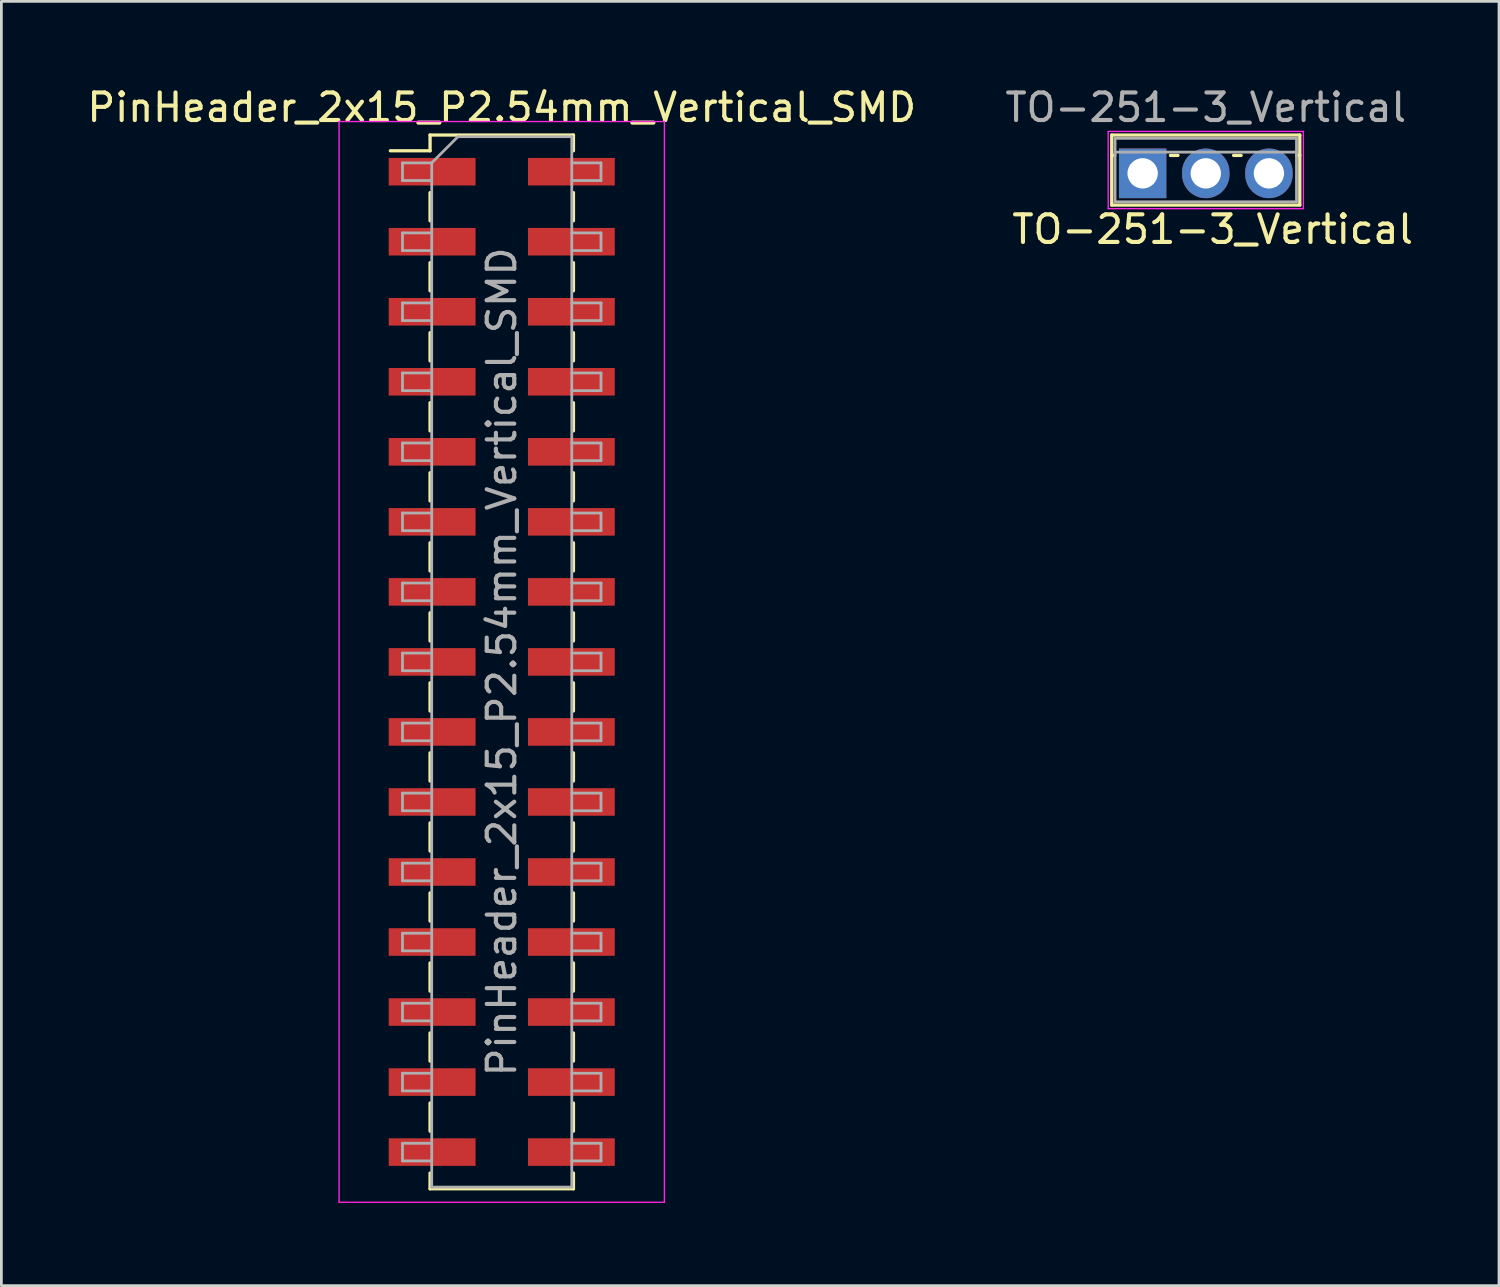
<source format=kicad_pcb>
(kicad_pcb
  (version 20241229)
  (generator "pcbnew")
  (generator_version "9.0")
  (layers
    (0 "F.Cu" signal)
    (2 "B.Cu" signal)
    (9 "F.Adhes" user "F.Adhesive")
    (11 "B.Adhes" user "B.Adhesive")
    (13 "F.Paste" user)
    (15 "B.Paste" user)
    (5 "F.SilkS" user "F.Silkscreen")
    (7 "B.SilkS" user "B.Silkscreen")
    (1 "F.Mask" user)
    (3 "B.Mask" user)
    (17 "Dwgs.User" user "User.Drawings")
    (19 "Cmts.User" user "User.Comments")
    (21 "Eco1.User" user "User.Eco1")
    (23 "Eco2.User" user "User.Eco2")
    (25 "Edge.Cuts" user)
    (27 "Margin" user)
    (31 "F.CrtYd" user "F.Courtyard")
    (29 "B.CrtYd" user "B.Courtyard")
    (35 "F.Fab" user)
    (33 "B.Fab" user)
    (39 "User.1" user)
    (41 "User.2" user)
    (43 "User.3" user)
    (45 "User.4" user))
  (footprint "TO-251-3_Vertical"
    (layer "F.Cu")
    (at 38.395 3.238)
    (property "Reference" "TO-251-3_Vertical" (at 2.54 2.032 180) (layer "F.SilkS") (effects (font (size 1 1) (thickness 0.15))))
    (attr through_hole)
    (fp_line (start -1.12 -1.39) (end -1.12 1.15) (stroke (width 0.12) (type solid)) (layer "F.SilkS"))
    (fp_line (start -1.12 -1.39) (end 5.7 -1.39) (stroke (width 0.12) (type solid)) (layer "F.SilkS"))
    (fp_line (start -1.12 -0.651) (end -1.009 -0.651) (stroke (width 0.12) (type solid)) (layer "F.SilkS"))
    (fp_line (start -1.12 1.15) (end 5.7 1.15) (stroke (width 0.12) (type solid)) (layer "F.SilkS"))
    (fp_line (start 1.009 -0.651) (end 1.282 -0.651) (stroke (width 0.12) (type solid)) (layer "F.SilkS"))
    (fp_line (start 3.299 -0.651) (end 3.572 -0.651) (stroke (width 0.12) (type solid)) (layer "F.SilkS"))
    (fp_line (start 5.589 -0.651) (end 5.7 -0.651) (stroke (width 0.12) (type solid)) (layer "F.SilkS"))
    (fp_line (start 5.7 -1.39) (end 5.7 1.15) (stroke (width 0.12) (type solid)) (layer "F.SilkS"))
    (fp_line (start -1.25 -1.52) (end -1.25 1.28) (stroke (width 0.05) (type solid)) (layer "F.CrtYd"))
    (fp_line (start -1.25 1.28) (end 5.83 1.28) (stroke (width 0.05) (type solid)) (layer "F.CrtYd"))
    (fp_line (start 5.83 -1.52) (end -1.25 -1.52) (stroke (width 0.05) (type solid)) (layer "F.CrtYd"))
    (fp_line (start 5.83 1.28) (end 5.83 -1.52) (stroke (width 0.05) (type solid)) (layer "F.CrtYd"))
    (fp_line (start -1 -1.27) (end -1 1.03) (stroke (width 0.1) (type solid)) (layer "F.Fab"))
    (fp_line (start -1 -0.77) (end 5.58 -0.77) (stroke (width 0.1) (type solid)) (layer "F.Fab"))
    (fp_line (start -1 1.03) (end 5.58 1.03) (stroke (width 0.1) (type solid)) (layer "F.Fab"))
    (fp_line (start 5.58 -1.27) (end -1 -1.27) (stroke (width 0.1) (type solid)) (layer "F.Fab"))
    (fp_line (start 5.58 1.03) (end 5.58 -1.27) (stroke (width 0.1) (type solid)) (layer "F.Fab"))
    (fp_text user "${REFERENCE}" (at 2.29 -2.39 180) (layer "F.Fab") (effects (font (size 1 1) (thickness 0.15))))
    (pad "1" thru_hole rect (at 0 0) (size 1.718 1.8) (drill 1.1) (layers "*.Cu" "*.Mask"))
    (pad "2" thru_hole oval (at 2.29 0) (size 1.718 1.8) (drill 1.1) (layers "*.Cu" "*.Mask"))
    (pad "3" thru_hole oval (at 4.58 0) (size 1.718 1.8) (drill 1.1) (layers "*.Cu" "*.Mask")))
  (footprint "PinHeader_2x15_P2.54mm_Vertical_SMD"
    (layer "F.Cu")
    (at 15.149 20.958)
    (property "Reference" "PinHeader_2x15_P2.54mm_Vertical_SMD" (at 0 -20.11 180) (layer "F.SilkS") (effects (font (size 1 1) (thickness 0.15))))
    (attr smd)
    (fp_line (start -4.04 -18.54) (end -2.6 -18.54) (stroke (width 0.12) (type solid)) (layer "F.SilkS"))
    (fp_line (start -2.6 -19.11) (end -2.6 -18.54) (stroke (width 0.12) (type solid)) (layer "F.SilkS"))
    (fp_line (start -2.6 -19.11) (end 2.6 -19.11) (stroke (width 0.12) (type solid)) (layer "F.SilkS"))
    (fp_line (start -2.6 -17.02) (end -2.6 -16) (stroke (width 0.12) (type solid)) (layer "F.SilkS"))
    (fp_line (start -2.6 -14.48) (end -2.6 -13.46) (stroke (width 0.12) (type solid)) (layer "F.SilkS"))
    (fp_line (start -2.6 -11.94) (end -2.6 -10.92) (stroke (width 0.12) (type solid)) (layer "F.SilkS"))
    (fp_line (start -2.6 -9.4) (end -2.6 -8.38) (stroke (width 0.12) (type solid)) (layer "F.SilkS"))
    (fp_line (start -2.6 -6.86) (end -2.6 -5.84) (stroke (width 0.12) (type solid)) (layer "F.SilkS"))
    (fp_line (start -2.6 -4.32) (end -2.6 -3.3) (stroke (width 0.12) (type solid)) (layer "F.SilkS"))
    (fp_line (start -2.6 -1.78) (end -2.6 -0.76) (stroke (width 0.12) (type solid)) (layer "F.SilkS"))
    (fp_line (start -2.6 0.76) (end -2.6 1.78) (stroke (width 0.12) (type solid)) (layer "F.SilkS"))
    (fp_line (start -2.6 3.3) (end -2.6 4.32) (stroke (width 0.12) (type solid)) (layer "F.SilkS"))
    (fp_line (start -2.6 5.84) (end -2.6 6.86) (stroke (width 0.12) (type solid)) (layer "F.SilkS"))
    (fp_line (start -2.6 8.38) (end -2.6 9.4) (stroke (width 0.12) (type solid)) (layer "F.SilkS"))
    (fp_line (start -2.6 10.92) (end -2.6 11.94) (stroke (width 0.12) (type solid)) (layer "F.SilkS"))
    (fp_line (start -2.6 13.46) (end -2.6 14.48) (stroke (width 0.12) (type solid)) (layer "F.SilkS"))
    (fp_line (start -2.6 16) (end -2.6 17.02) (stroke (width 0.12) (type solid)) (layer "F.SilkS"))
    (fp_line (start -2.6 18.54) (end -2.6 19.11) (stroke (width 0.12) (type solid)) (layer "F.SilkS"))
    (fp_line (start -2.6 19.11) (end 2.6 19.11) (stroke (width 0.12) (type solid)) (layer "F.SilkS"))
    (fp_line (start 2.6 -19.11) (end 2.6 -18.54) (stroke (width 0.12) (type solid)) (layer "F.SilkS"))
    (fp_line (start 2.6 -17.02) (end 2.6 -16) (stroke (width 0.12) (type solid)) (layer "F.SilkS"))
    (fp_line (start 2.6 -14.48) (end 2.6 -13.46) (stroke (width 0.12) (type solid)) (layer "F.SilkS"))
    (fp_line (start 2.6 -11.94) (end 2.6 -10.92) (stroke (width 0.12) (type solid)) (layer "F.SilkS"))
    (fp_line (start 2.6 -9.4) (end 2.6 -8.38) (stroke (width 0.12) (type solid)) (layer "F.SilkS"))
    (fp_line (start 2.6 -6.86) (end 2.6 -5.84) (stroke (width 0.12) (type solid)) (layer "F.SilkS"))
    (fp_line (start 2.6 -4.32) (end 2.6 -3.3) (stroke (width 0.12) (type solid)) (layer "F.SilkS"))
    (fp_line (start 2.6 -1.78) (end 2.6 -0.76) (stroke (width 0.12) (type solid)) (layer "F.SilkS"))
    (fp_line (start 2.6 0.76) (end 2.6 1.78) (stroke (width 0.12) (type solid)) (layer "F.SilkS"))
    (fp_line (start 2.6 3.3) (end 2.6 4.32) (stroke (width 0.12) (type solid)) (layer "F.SilkS"))
    (fp_line (start 2.6 5.84) (end 2.6 6.86) (stroke (width 0.12) (type solid)) (layer "F.SilkS"))
    (fp_line (start 2.6 8.38) (end 2.6 9.4) (stroke (width 0.12) (type solid)) (layer "F.SilkS"))
    (fp_line (start 2.6 10.92) (end 2.6 11.94) (stroke (width 0.12) (type solid)) (layer "F.SilkS"))
    (fp_line (start 2.6 13.46) (end 2.6 14.48) (stroke (width 0.12) (type solid)) (layer "F.SilkS"))
    (fp_line (start 2.6 16) (end 2.6 17.02) (stroke (width 0.12) (type solid)) (layer "F.SilkS"))
    (fp_line (start 2.6 18.54) (end 2.6 19.11) (stroke (width 0.12) (type solid)) (layer "F.SilkS"))
    (fp_line (start -5.9 -19.6) (end -5.9 19.6) (stroke (width 0.05) (type solid)) (layer "F.CrtYd"))
    (fp_line (start -5.9 19.6) (end 5.9 19.6) (stroke (width 0.05) (type solid)) (layer "F.CrtYd"))
    (fp_line (start 5.9 -19.6) (end -5.9 -19.6) (stroke (width 0.05) (type solid)) (layer "F.CrtYd"))
    (fp_line (start 5.9 19.6) (end 5.9 -19.6) (stroke (width 0.05) (type solid)) (layer "F.CrtYd"))
    (fp_line (start -3.6 -18.1) (end -3.6 -17.46) (stroke (width 0.1) (type solid)) (layer "F.Fab"))
    (fp_line (start -3.6 -17.46) (end -2.54 -17.46) (stroke (width 0.1) (type solid)) (layer "F.Fab"))
    (fp_line (start -3.6 -15.56) (end -3.6 -14.92) (stroke (width 0.1) (type solid)) (layer "F.Fab"))
    (fp_line (start -3.6 -14.92) (end -2.54 -14.92) (stroke (width 0.1) (type solid)) (layer "F.Fab"))
    (fp_line (start -3.6 -13.02) (end -3.6 -12.38) (stroke (width 0.1) (type solid)) (layer "F.Fab"))
    (fp_line (start -3.6 -12.38) (end -2.54 -12.38) (stroke (width 0.1) (type solid)) (layer "F.Fab"))
    (fp_line (start -3.6 -10.48) (end -3.6 -9.84) (stroke (width 0.1) (type solid)) (layer "F.Fab"))
    (fp_line (start -3.6 -9.84) (end -2.54 -9.84) (stroke (width 0.1) (type solid)) (layer "F.Fab"))
    (fp_line (start -3.6 -7.94) (end -3.6 -7.3) (stroke (width 0.1) (type solid)) (layer "F.Fab"))
    (fp_line (start -3.6 -7.3) (end -2.54 -7.3) (stroke (width 0.1) (type solid)) (layer "F.Fab"))
    (fp_line (start -3.6 -5.4) (end -3.6 -4.76) (stroke (width 0.1) (type solid)) (layer "F.Fab"))
    (fp_line (start -3.6 -4.76) (end -2.54 -4.76) (stroke (width 0.1) (type solid)) (layer "F.Fab"))
    (fp_line (start -3.6 -2.86) (end -3.6 -2.22) (stroke (width 0.1) (type solid)) (layer "F.Fab"))
    (fp_line (start -3.6 -2.22) (end -2.54 -2.22) (stroke (width 0.1) (type solid)) (layer "F.Fab"))
    (fp_line (start -3.6 -0.32) (end -3.6 0.32) (stroke (width 0.1) (type solid)) (layer "F.Fab"))
    (fp_line (start -3.6 0.32) (end -2.54 0.32) (stroke (width 0.1) (type solid)) (layer "F.Fab"))
    (fp_line (start -3.6 2.22) (end -3.6 2.86) (stroke (width 0.1) (type solid)) (layer "F.Fab"))
    (fp_line (start -3.6 2.86) (end -2.54 2.86) (stroke (width 0.1) (type solid)) (layer "F.Fab"))
    (fp_line (start -3.6 4.76) (end -3.6 5.4) (stroke (width 0.1) (type solid)) (layer "F.Fab"))
    (fp_line (start -3.6 5.4) (end -2.54 5.4) (stroke (width 0.1) (type solid)) (layer "F.Fab"))
    (fp_line (start -3.6 7.3) (end -3.6 7.94) (stroke (width 0.1) (type solid)) (layer "F.Fab"))
    (fp_line (start -3.6 7.94) (end -2.54 7.94) (stroke (width 0.1) (type solid)) (layer "F.Fab"))
    (fp_line (start -3.6 9.84) (end -3.6 10.48) (stroke (width 0.1) (type solid)) (layer "F.Fab"))
    (fp_line (start -3.6 10.48) (end -2.54 10.48) (stroke (width 0.1) (type solid)) (layer "F.Fab"))
    (fp_line (start -3.6 12.38) (end -3.6 13.02) (stroke (width 0.1) (type solid)) (layer "F.Fab"))
    (fp_line (start -3.6 13.02) (end -2.54 13.02) (stroke (width 0.1) (type solid)) (layer "F.Fab"))
    (fp_line (start -3.6 14.92) (end -3.6 15.56) (stroke (width 0.1) (type solid)) (layer "F.Fab"))
    (fp_line (start -3.6 15.56) (end -2.54 15.56) (stroke (width 0.1) (type solid)) (layer "F.Fab"))
    (fp_line (start -3.6 17.46) (end -3.6 18.1) (stroke (width 0.1) (type solid)) (layer "F.Fab"))
    (fp_line (start -3.6 18.1) (end -2.54 18.1) (stroke (width 0.1) (type solid)) (layer "F.Fab"))
    (fp_line (start -2.54 -18.1) (end -3.6 -18.1) (stroke (width 0.1) (type solid)) (layer "F.Fab"))
    (fp_line (start -2.54 -18.1) (end -1.59 -19.05) (stroke (width 0.1) (type solid)) (layer "F.Fab"))
    (fp_line (start -2.54 -15.56) (end -3.6 -15.56) (stroke (width 0.1) (type solid)) (layer "F.Fab"))
    (fp_line (start -2.54 -13.02) (end -3.6 -13.02) (stroke (width 0.1) (type solid)) (layer "F.Fab"))
    (fp_line (start -2.54 -10.48) (end -3.6 -10.48) (stroke (width 0.1) (type solid)) (layer "F.Fab"))
    (fp_line (start -2.54 -7.94) (end -3.6 -7.94) (stroke (width 0.1) (type solid)) (layer "F.Fab"))
    (fp_line (start -2.54 -5.4) (end -3.6 -5.4) (stroke (width 0.1) (type solid)) (layer "F.Fab"))
    (fp_line (start -2.54 -2.86) (end -3.6 -2.86) (stroke (width 0.1) (type solid)) (layer "F.Fab"))
    (fp_line (start -2.54 -0.32) (end -3.6 -0.32) (stroke (width 0.1) (type solid)) (layer "F.Fab"))
    (fp_line (start -2.54 2.22) (end -3.6 2.22) (stroke (width 0.1) (type solid)) (layer "F.Fab"))
    (fp_line (start -2.54 4.76) (end -3.6 4.76) (stroke (width 0.1) (type solid)) (layer "F.Fab"))
    (fp_line (start -2.54 7.3) (end -3.6 7.3) (stroke (width 0.1) (type solid)) (layer "F.Fab"))
    (fp_line (start -2.54 9.84) (end -3.6 9.84) (stroke (width 0.1) (type solid)) (layer "F.Fab"))
    (fp_line (start -2.54 12.38) (end -3.6 12.38) (stroke (width 0.1) (type solid)) (layer "F.Fab"))
    (fp_line (start -2.54 14.92) (end -3.6 14.92) (stroke (width 0.1) (type solid)) (layer "F.Fab"))
    (fp_line (start -2.54 17.46) (end -3.6 17.46) (stroke (width 0.1) (type solid)) (layer "F.Fab"))
    (fp_line (start -2.54 19.05) (end -2.54 -18.1) (stroke (width 0.1) (type solid)) (layer "F.Fab"))
    (fp_line (start -1.59 -19.05) (end 2.54 -19.05) (stroke (width 0.1) (type solid)) (layer "F.Fab"))
    (fp_line (start 2.54 -19.05) (end 2.54 19.05) (stroke (width 0.1) (type solid)) (layer "F.Fab"))
    (fp_line (start 2.54 -18.1) (end 3.6 -18.1) (stroke (width 0.1) (type solid)) (layer "F.Fab"))
    (fp_line (start 2.54 -15.56) (end 3.6 -15.56) (stroke (width 0.1) (type solid)) (layer "F.Fab"))
    (fp_line (start 2.54 -13.02) (end 3.6 -13.02) (stroke (width 0.1) (type solid)) (layer "F.Fab"))
    (fp_line (start 2.54 -10.48) (end 3.6 -10.48) (stroke (width 0.1) (type solid)) (layer "F.Fab"))
    (fp_line (start 2.54 -7.94) (end 3.6 -7.94) (stroke (width 0.1) (type solid)) (layer "F.Fab"))
    (fp_line (start 2.54 -5.4) (end 3.6 -5.4) (stroke (width 0.1) (type solid)) (layer "F.Fab"))
    (fp_line (start 2.54 -2.86) (end 3.6 -2.86) (stroke (width 0.1) (type solid)) (layer "F.Fab"))
    (fp_line (start 2.54 -0.32) (end 3.6 -0.32) (stroke (width 0.1) (type solid)) (layer "F.Fab"))
    (fp_line (start 2.54 2.22) (end 3.6 2.22) (stroke (width 0.1) (type solid)) (layer "F.Fab"))
    (fp_line (start 2.54 4.76) (end 3.6 4.76) (stroke (width 0.1) (type solid)) (layer "F.Fab"))
    (fp_line (start 2.54 7.3) (end 3.6 7.3) (stroke (width 0.1) (type solid)) (layer "F.Fab"))
    (fp_line (start 2.54 9.84) (end 3.6 9.84) (stroke (width 0.1) (type solid)) (layer "F.Fab"))
    (fp_line (start 2.54 12.38) (end 3.6 12.38) (stroke (width 0.1) (type solid)) (layer "F.Fab"))
    (fp_line (start 2.54 14.92) (end 3.6 14.92) (stroke (width 0.1) (type solid)) (layer "F.Fab"))
    (fp_line (start 2.54 17.46) (end 3.6 17.46) (stroke (width 0.1) (type solid)) (layer "F.Fab"))
    (fp_line (start 2.54 19.05) (end -2.54 19.05) (stroke (width 0.1) (type solid)) (layer "F.Fab"))
    (fp_line (start 3.6 -18.1) (end 3.6 -17.46) (stroke (width 0.1) (type solid)) (layer "F.Fab"))
    (fp_line (start 3.6 -17.46) (end 2.54 -17.46) (stroke (width 0.1) (type solid)) (layer "F.Fab"))
    (fp_line (start 3.6 -15.56) (end 3.6 -14.92) (stroke (width 0.1) (type solid)) (layer "F.Fab"))
    (fp_line (start 3.6 -14.92) (end 2.54 -14.92) (stroke (width 0.1) (type solid)) (layer "F.Fab"))
    (fp_line (start 3.6 -13.02) (end 3.6 -12.38) (stroke (width 0.1) (type solid)) (layer "F.Fab"))
    (fp_line (start 3.6 -12.38) (end 2.54 -12.38) (stroke (width 0.1) (type solid)) (layer "F.Fab"))
    (fp_line (start 3.6 -10.48) (end 3.6 -9.84) (stroke (width 0.1) (type solid)) (layer "F.Fab"))
    (fp_line (start 3.6 -9.84) (end 2.54 -9.84) (stroke (width 0.1) (type solid)) (layer "F.Fab"))
    (fp_line (start 3.6 -7.94) (end 3.6 -7.3) (stroke (width 0.1) (type solid)) (layer "F.Fab"))
    (fp_line (start 3.6 -7.3) (end 2.54 -7.3) (stroke (width 0.1) (type solid)) (layer "F.Fab"))
    (fp_line (start 3.6 -5.4) (end 3.6 -4.76) (stroke (width 0.1) (type solid)) (layer "F.Fab"))
    (fp_line (start 3.6 -4.76) (end 2.54 -4.76) (stroke (width 0.1) (type solid)) (layer "F.Fab"))
    (fp_line (start 3.6 -2.86) (end 3.6 -2.22) (stroke (width 0.1) (type solid)) (layer "F.Fab"))
    (fp_line (start 3.6 -2.22) (end 2.54 -2.22) (stroke (width 0.1) (type solid)) (layer "F.Fab"))
    (fp_line (start 3.6 -0.32) (end 3.6 0.32) (stroke (width 0.1) (type solid)) (layer "F.Fab"))
    (fp_line (start 3.6 0.32) (end 2.54 0.32) (stroke (width 0.1) (type solid)) (layer "F.Fab"))
    (fp_line (start 3.6 2.22) (end 3.6 2.86) (stroke (width 0.1) (type solid)) (layer "F.Fab"))
    (fp_line (start 3.6 2.86) (end 2.54 2.86) (stroke (width 0.1) (type solid)) (layer "F.Fab"))
    (fp_line (start 3.6 4.76) (end 3.6 5.4) (stroke (width 0.1) (type solid)) (layer "F.Fab"))
    (fp_line (start 3.6 5.4) (end 2.54 5.4) (stroke (width 0.1) (type solid)) (layer "F.Fab"))
    (fp_line (start 3.6 7.3) (end 3.6 7.94) (stroke (width 0.1) (type solid)) (layer "F.Fab"))
    (fp_line (start 3.6 7.94) (end 2.54 7.94) (stroke (width 0.1) (type solid)) (layer "F.Fab"))
    (fp_line (start 3.6 9.84) (end 3.6 10.48) (stroke (width 0.1) (type solid)) (layer "F.Fab"))
    (fp_line (start 3.6 10.48) (end 2.54 10.48) (stroke (width 0.1) (type solid)) (layer "F.Fab"))
    (fp_line (start 3.6 12.38) (end 3.6 13.02) (stroke (width 0.1) (type solid)) (layer "F.Fab"))
    (fp_line (start 3.6 13.02) (end 2.54 13.02) (stroke (width 0.1) (type solid)) (layer "F.Fab"))
    (fp_line (start 3.6 14.92) (end 3.6 15.56) (stroke (width 0.1) (type solid)) (layer "F.Fab"))
    (fp_line (start 3.6 15.56) (end 2.54 15.56) (stroke (width 0.1) (type solid)) (layer "F.Fab"))
    (fp_line (start 3.6 17.46) (end 3.6 18.1) (stroke (width 0.1) (type solid)) (layer "F.Fab"))
    (fp_line (start 3.6 18.1) (end 2.54 18.1) (stroke (width 0.1) (type solid)) (layer "F.Fab"))
    (fp_text user "${REFERENCE}" (at 0 0 90) (layer "F.Fab") (effects (font (size 1 1) (thickness 0.15))))
    (pad "1" smd rect (at -2.525 -17.78) (size 3.15 1) (layers "F.Cu" "F.Mask" "F.Paste"))
    (pad "2" smd rect (at 2.525 -17.78) (size 3.15 1) (layers "F.Cu" "F.Mask" "F.Paste"))
    (pad "3" smd rect (at -2.525 -15.24) (size 3.15 1) (layers "F.Cu" "F.Mask" "F.Paste"))
    (pad "4" smd rect (at 2.525 -15.24) (size 3.15 1) (layers "F.Cu" "F.Mask" "F.Paste"))
    (pad "5" smd rect (at -2.525 -12.7) (size 3.15 1) (layers "F.Cu" "F.Mask" "F.Paste"))
    (pad "6" smd rect (at 2.525 -12.7) (size 3.15 1) (layers "F.Cu" "F.Mask" "F.Paste"))
    (pad "7" smd rect (at -2.525 -10.16) (size 3.15 1) (layers "F.Cu" "F.Mask" "F.Paste"))
    (pad "8" smd rect (at 2.525 -10.16) (size 3.15 1) (layers "F.Cu" "F.Mask" "F.Paste"))
    (pad "9" smd rect (at -2.525 -7.62) (size 3.15 1) (layers "F.Cu" "F.Mask" "F.Paste"))
    (pad "10" smd rect (at 2.525 -7.62) (size 3.15 1) (layers "F.Cu" "F.Mask" "F.Paste"))
    (pad "11" smd rect (at -2.525 -5.08) (size 3.15 1) (layers "F.Cu" "F.Mask" "F.Paste"))
    (pad "12" smd rect (at 2.525 -5.08) (size 3.15 1) (layers "F.Cu" "F.Mask" "F.Paste"))
    (pad "13" smd rect (at -2.525 -2.54) (size 3.15 1) (layers "F.Cu" "F.Mask" "F.Paste"))
    (pad "14" smd rect (at 2.525 -2.54) (size 3.15 1) (layers "F.Cu" "F.Mask" "F.Paste"))
    (pad "15" smd rect (at -2.525 0) (size 3.15 1) (layers "F.Cu" "F.Mask" "F.Paste"))
    (pad "16" smd rect (at 2.525 0) (size 3.15 1) (layers "F.Cu" "F.Mask" "F.Paste"))
    (pad "17" smd rect (at -2.525 2.54) (size 3.15 1) (layers "F.Cu" "F.Mask" "F.Paste"))
    (pad "18" smd rect (at 2.525 2.54) (size 3.15 1) (layers "F.Cu" "F.Mask" "F.Paste"))
    (pad "19" smd rect (at -2.525 5.08) (size 3.15 1) (layers "F.Cu" "F.Mask" "F.Paste"))
    (pad "20" smd rect (at 2.525 5.08) (size 3.15 1) (layers "F.Cu" "F.Mask" "F.Paste"))
    (pad "21" smd rect (at -2.525 7.62) (size 3.15 1) (layers "F.Cu" "F.Mask" "F.Paste"))
    (pad "22" smd rect (at 2.525 7.62) (size 3.15 1) (layers "F.Cu" "F.Mask" "F.Paste"))
    (pad "23" smd rect (at -2.525 10.16) (size 3.15 1) (layers "F.Cu" "F.Mask" "F.Paste"))
    (pad "24" smd rect (at 2.525 10.16) (size 3.15 1) (layers "F.Cu" "F.Mask" "F.Paste"))
    (pad "25" smd rect (at -2.525 12.7) (size 3.15 1) (layers "F.Cu" "F.Mask" "F.Paste"))
    (pad "26" smd rect (at 2.525 12.7) (size 3.15 1) (layers "F.Cu" "F.Mask" "F.Paste"))
    (pad "27" smd rect (at -2.525 15.24) (size 3.15 1) (layers "F.Cu" "F.Mask" "F.Paste"))
    (pad "28" smd rect (at 2.525 15.24) (size 3.15 1) (layers "F.Cu" "F.Mask" "F.Paste"))
    (pad "29" smd rect (at -2.525 17.78) (size 3.15 1) (layers "F.Cu" "F.Mask" "F.Paste"))
    (pad "30" smd rect (at 2.525 17.78) (size 3.15 1) (layers "F.Cu" "F.Mask" "F.Paste")))
  (gr_rect
    (start -3 -3)
    (end 51.321 43.583)
    (stroke (width 0.1) (type default))
    (fill no)
    (layer "Edge.Cuts")))
</source>
